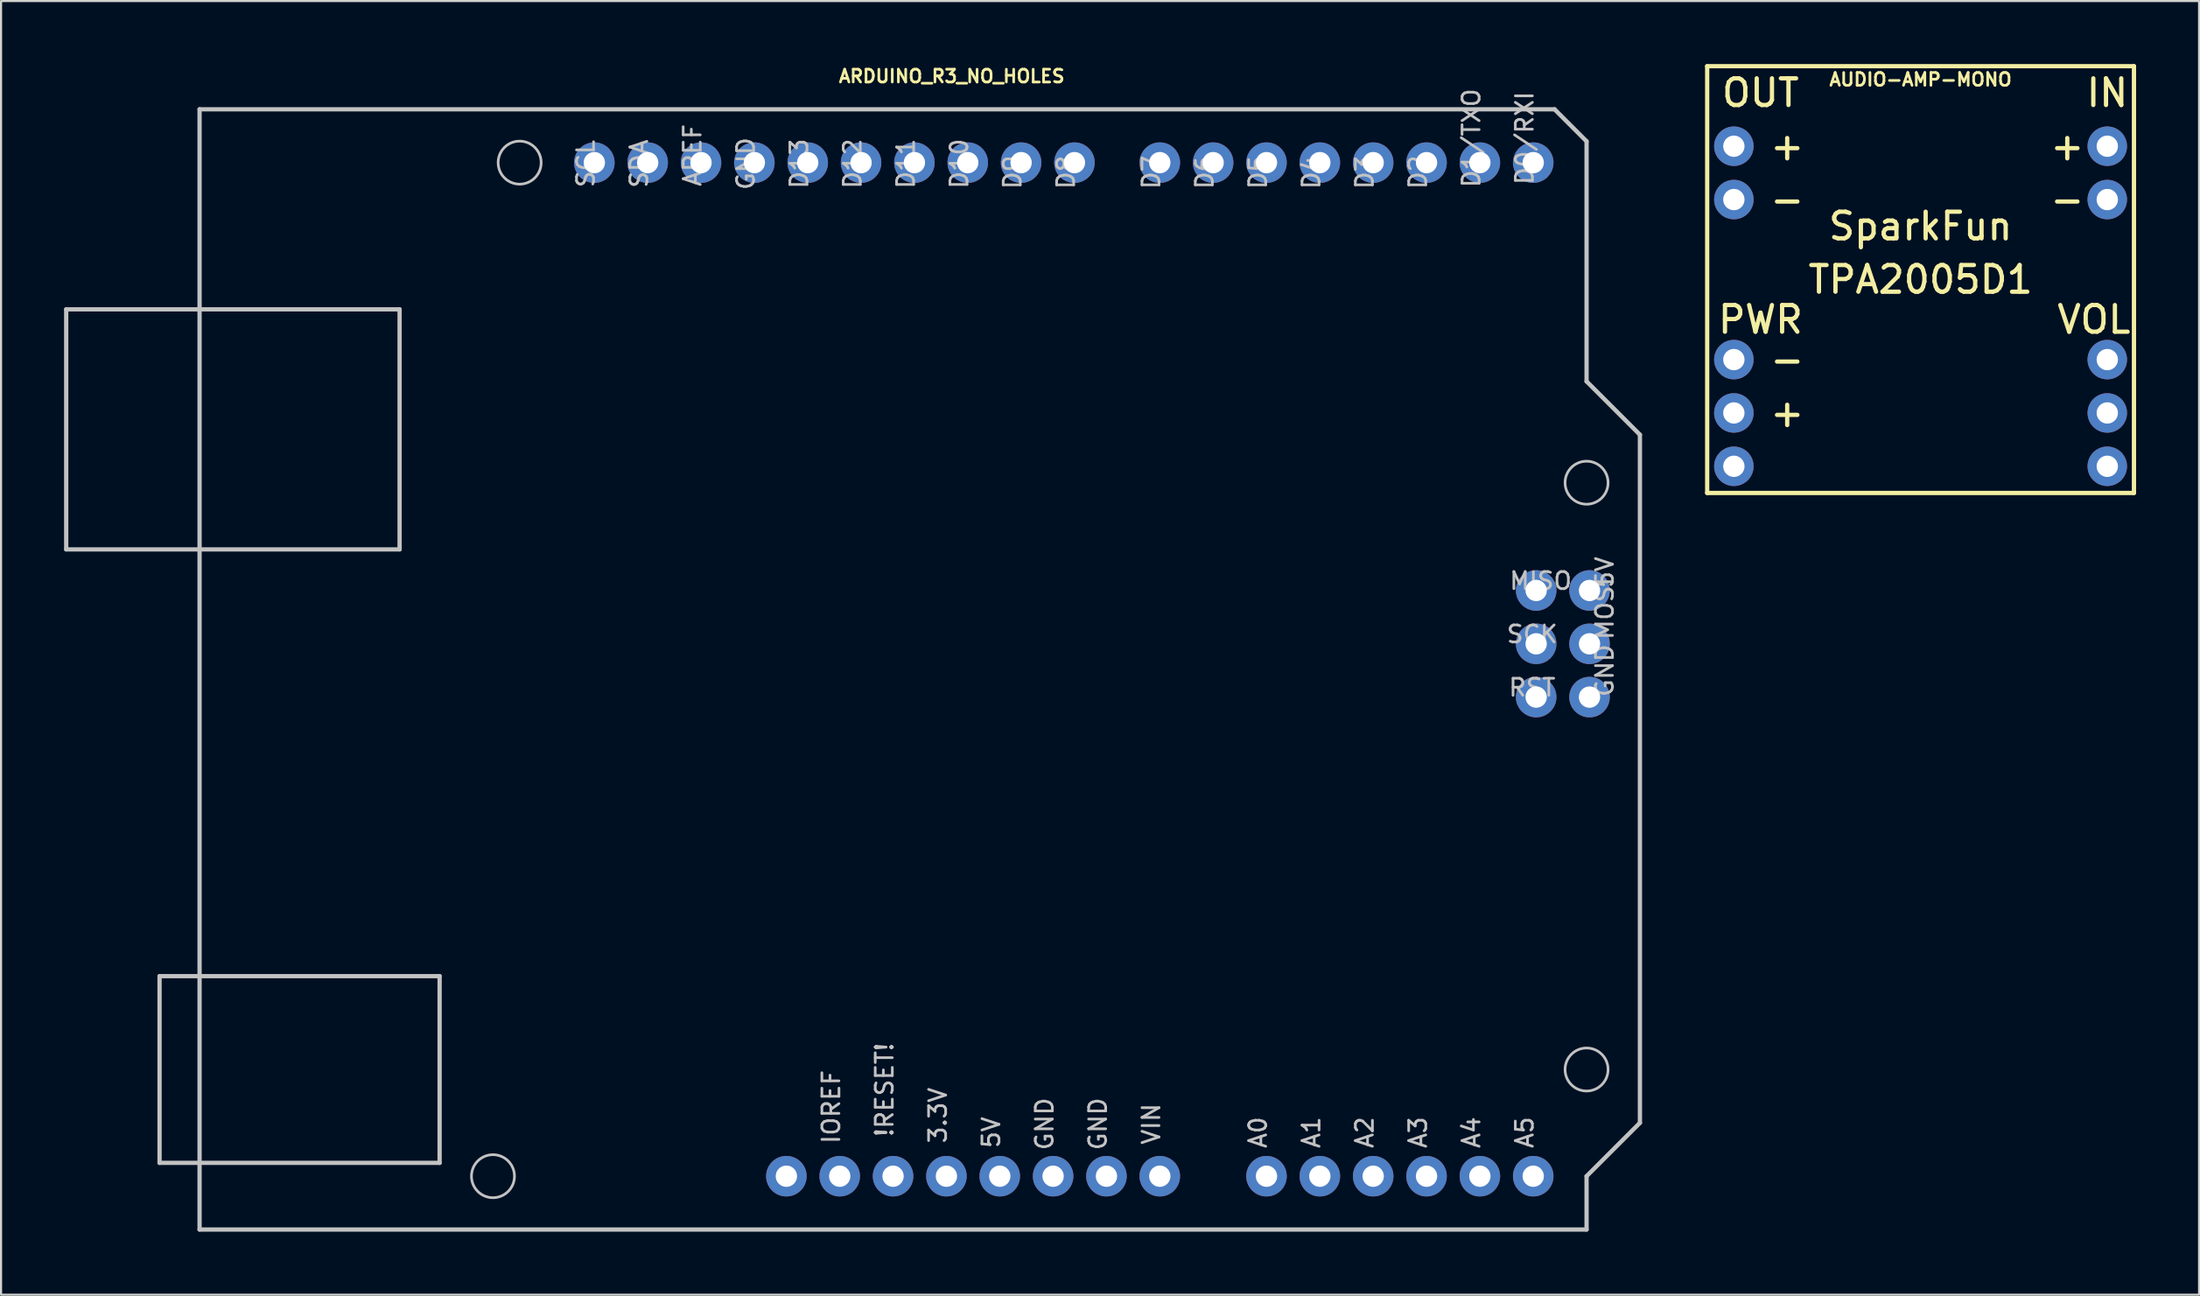
<source format=kicad_pcb>
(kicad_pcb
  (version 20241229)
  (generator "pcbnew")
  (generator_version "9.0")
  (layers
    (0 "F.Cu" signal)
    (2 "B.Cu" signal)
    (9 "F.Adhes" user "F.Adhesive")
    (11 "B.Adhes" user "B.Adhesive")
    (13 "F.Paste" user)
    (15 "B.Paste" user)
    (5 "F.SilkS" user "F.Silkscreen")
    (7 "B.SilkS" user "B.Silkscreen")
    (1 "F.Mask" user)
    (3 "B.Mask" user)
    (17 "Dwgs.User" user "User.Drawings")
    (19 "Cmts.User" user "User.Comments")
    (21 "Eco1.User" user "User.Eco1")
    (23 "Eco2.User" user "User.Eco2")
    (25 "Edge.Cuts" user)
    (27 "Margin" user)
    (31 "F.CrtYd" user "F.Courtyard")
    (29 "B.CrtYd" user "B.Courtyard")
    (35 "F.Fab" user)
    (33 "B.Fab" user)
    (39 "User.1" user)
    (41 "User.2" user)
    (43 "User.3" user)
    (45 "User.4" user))
  (footprint "ARDUINO_R3_NO_HOLES"
    (layer "F.Cu")
    (at 40.742 28.824)
    (property "Reference" "ARDUINO_R3_NO_HOLES" (at 1.524 -28.245 0) (layer "F.SilkS") (effects (font (size 0.61 0.61) (thickness 0.127))))
    (attr exclude_from_pos_files exclude_from_bom)
    (fp_line (start -40.64 -17.145) (end -24.765 -17.145) (stroke (width 0.203) (type solid)) (layer "Dwgs.User"))
    (fp_line (start -40.64 -5.715) (end -40.64 -17.145) (stroke (width 0.203) (type solid)) (layer "Dwgs.User"))
    (fp_line (start -36.195 14.605) (end -22.86 14.605) (stroke (width 0.203) (type solid)) (layer "Dwgs.User"))
    (fp_line (start -36.195 23.495) (end -36.195 14.605) (stroke (width 0.203) (type solid)) (layer "Dwgs.User"))
    (fp_line (start -34.29 -26.67) (end 30.226 -26.67) (stroke (width 0.203) (type solid)) (layer "Dwgs.User"))
    (fp_line (start -34.29 26.67) (end -34.29 -26.67) (stroke (width 0.203) (type solid)) (layer "Dwgs.User"))
    (fp_line (start -24.765 -17.145) (end -24.765 -5.715) (stroke (width 0.203) (type solid)) (layer "Dwgs.User"))
    (fp_line (start -24.765 -5.715) (end -40.64 -5.715) (stroke (width 0.203) (type solid)) (layer "Dwgs.User"))
    (fp_line (start -22.86 14.605) (end -22.86 23.495) (stroke (width 0.203) (type solid)) (layer "Dwgs.User"))
    (fp_line (start -22.86 23.495) (end -36.195 23.495) (stroke (width 0.203) (type solid)) (layer "Dwgs.User"))
    (fp_line (start 30.226 -26.67) (end 31.75 -25.146) (stroke (width 0.203) (type solid)) (layer "Dwgs.User"))
    (fp_line (start 31.75 -25.146) (end 31.75 -13.716) (stroke (width 0.203) (type solid)) (layer "Dwgs.User"))
    (fp_line (start 31.75 -13.716) (end 34.29 -11.176) (stroke (width 0.203) (type solid)) (layer "Dwgs.User"))
    (fp_line (start 31.75 24.13) (end 31.75 26.67) (stroke (width 0.203) (type solid)) (layer "Dwgs.User"))
    (fp_line (start 31.75 26.67) (end -34.29 26.67) (stroke (width 0.203) (type solid)) (layer "Dwgs.User"))
    (fp_line (start 34.29 -11.176) (end 34.29 21.59) (stroke (width 0.203) (type solid)) (layer "Dwgs.User"))
    (fp_line (start 34.29 21.59) (end 31.75 24.13) (stroke (width 0.203) (type solid)) (layer "Dwgs.User"))
    (fp_circle (center -20.32 24.13) (end -20.32 23.106) (stroke (width 0.127) (type solid)) (fill no) (layer "Dwgs.User"))
    (fp_circle (center -19.05 -24.13) (end -19.05 -25.154) (stroke (width 0.127) (type solid)) (fill no) (layer "Dwgs.User"))
    (fp_circle (center 31.75 -8.89) (end 31.75 -9.914) (stroke (width 0.127) (type solid)) (fill no) (layer "Dwgs.User"))
    (fp_circle (center 31.75 19.05) (end 31.75 18.026) (stroke (width 0.127) (type solid)) (fill no) (layer "Dwgs.User"))
    (fp_text user "A2" (at 21.184 22.047 90) (layer "Dwgs.User") (effects (font (size 0.813 0.813) (thickness 0.127))))
    (fp_text user "D2" (at 23.724 -23.673 90) (layer "Dwgs.User") (effects (font (size 0.813 0.813) (thickness 0.127))))
    (fp_text user "IOREF" (at -4.216 20.828 90) (layer "Dwgs.User") (effects (font (size 0.813 0.813) (thickness 0.127))))
    (fp_text user "D9" (at 4.417 -23.673 90) (layer "Dwgs.User") (effects (font (size 0.813 0.813) (thickness 0.127))))
    (fp_text user "5V" (at 32.614 -4.623 90) (layer "Dwgs.User") (effects (font (size 0.813 0.813) (thickness 0.127))))
    (fp_text user "A1" (at 18.644 22.047 90) (layer "Dwgs.User") (effects (font (size 0.813 0.813) (thickness 0.127))))
    (fp_text user "D1/TXO" (at 26.264 -25.298 90) (layer "Dwgs.User") (effects (font (size 0.813 0.813) (thickness 0.127))))
    (fp_text user "D11" (at -0.66 -24.079 90) (layer "Dwgs.User") (effects (font (size 0.813 0.813) (thickness 0.127))))
    (fp_text user "5V" (at 3.404 22.047 90) (layer "Dwgs.User") (effects (font (size 0.813 0.813) (thickness 0.127))))
    (fp_text user "D8" (at 6.96 -23.673 90) (layer "Dwgs.User") (effects (font (size 0.813 0.813) (thickness 0.127))))
    (fp_text user "D3" (at 21.184 -23.673 90) (layer "Dwgs.User") (effects (font (size 0.813 0.813) (thickness 0.127))))
    (fp_text user "A5" (at 28.801 22.047 90) (layer "Dwgs.User") (effects (font (size 0.813 0.813) (thickness 0.127))))
    (fp_text user "GND" (at 32.614 0.051 90) (layer "Dwgs.User") (effects (font (size 0.813 0.813) (thickness 0.127))))
    (fp_text user "D4" (at 18.644 -23.673 90) (layer "Dwgs.User") (effects (font (size 0.813 0.813) (thickness 0.127))))
    (fp_text user "D6" (at 13.564 -23.673 90) (layer "Dwgs.User") (effects (font (size 0.813 0.813) (thickness 0.127))))
    (fp_text user "D5" (at 16.104 -23.673 90) (layer "Dwgs.User") (effects (font (size 0.813 0.813) (thickness 0.127))))
    (fp_text user "D12" (at -3.2 -24.079 90) (layer "Dwgs.User") (effects (font (size 0.813 0.813) (thickness 0.127))))
    (fp_text user "A0" (at 16.104 22.047 90) (layer "Dwgs.User") (effects (font (size 0.813 0.813) (thickness 0.127))))
    (fp_text user "GND" (at -8.28 -24.079 90) (layer "Dwgs.User") (effects (font (size 0.813 0.813) (thickness 0.127))))
    (fp_text user "D7" (at 11.024 -23.673 90) (layer "Dwgs.User") (effects (font (size 0.813 0.813) (thickness 0.127))))
    (fp_text user "MOSI" (at 32.614 -2.896 90) (layer "Dwgs.User") (effects (font (size 0.813 0.813) (thickness 0.127))))
    (fp_text user "VIN" (at 11.024 21.641 90) (layer "Dwgs.User") (effects (font (size 0.813 0.813) (thickness 0.127))))
    (fp_text user "3.3V" (at 0.864 21.234 90) (layer "Dwgs.User") (effects (font (size 0.813 0.813) (thickness 0.127))))
    (fp_text user "GND" (at 5.944 21.641 90) (layer "Dwgs.User") (effects (font (size 0.813 0.813) (thickness 0.127))))
    (fp_text user "A3" (at 23.724 22.047 90) (layer "Dwgs.User") (effects (font (size 0.813 0.813) (thickness 0.127))))
    (fp_text user "MISO" (at 29.566 -4.216 0) (layer "Dwgs.User") (effects (font (size 0.813 0.813) (thickness 0.127))))
    (fp_text user "SCK" (at 29.159 -1.676 0) (layer "Dwgs.User") (effects (font (size 0.813 0.813) (thickness 0.127))))
    (fp_text user "AREF" (at -10.82 -24.486 90) (layer "Dwgs.User") (effects (font (size 0.813 0.813) (thickness 0.127))))
    (fp_text user "D0/RXI" (at 28.801 -25.298 90) (layer "Dwgs.User") (effects (font (size 0.813 0.813) (thickness 0.127))))
    (fp_text user "!RESET!" (at -1.676 20.015 90) (layer "Dwgs.User") (effects (font (size 0.813 0.813) (thickness 0.127))))
    (fp_text user "SCL" (at -15.9 -24.079 90) (layer "Dwgs.User") (effects (font (size 0.813 0.813) (thickness 0.127))))
    (fp_text user "SDA" (at -13.36 -24.079 90) (layer "Dwgs.User") (effects (font (size 0.813 0.813) (thickness 0.127))))
    (fp_text user "RST" (at 29.159 0.864 0) (layer "Dwgs.User") (effects (font (size 0.813 0.813) (thickness 0.127))))
    (fp_text user "GND" (at 8.484 21.641 90) (layer "Dwgs.User") (effects (font (size 0.813 0.813) (thickness 0.127))))
    (fp_text user "A4" (at 26.264 22.047 90) (layer "Dwgs.User") (effects (font (size 0.813 0.813) (thickness 0.127))))
    (fp_text user "D13" (at -5.74 -24.079 90) (layer "Dwgs.User") (effects (font (size 0.813 0.813) (thickness 0.127))))
    (fp_text user "D10" (at 1.88 -24.079 90) (layer "Dwgs.User") (effects (font (size 0.813 0.813) (thickness 0.127))))
    (pad "3.3V" thru_hole circle (at 1.27 24.13) (size 1.93 1.93) (drill 1.016) (layers "*.Cu" "*.Paste" "*.Mask"))
    (pad "5V" thru_hole circle (at 3.81 24.13) (size 1.93 1.93) (drill 1.016) (layers "*.Cu" "*.Paste" "*.Mask"))
    (pad "A0" thru_hole circle (at 16.51 24.13) (size 1.93 1.93) (drill 1.016) (layers "*.Cu" "*.Paste" "*.Mask"))
    (pad "A1" thru_hole circle (at 19.05 24.13) (size 1.93 1.93) (drill 1.016) (layers "*.Cu" "*.Paste" "*.Mask"))
    (pad "A2" thru_hole circle (at 21.59 24.13) (size 1.93 1.93) (drill 1.016) (layers "*.Cu" "*.Paste" "*.Mask"))
    (pad "A3" thru_hole circle (at 24.13 24.13) (size 1.93 1.93) (drill 1.016) (layers "*.Cu" "*.Paste" "*.Mask"))
    (pad "A4" thru_hole circle (at 26.67 24.13) (size 1.93 1.93) (drill 1.016) (layers "*.Cu" "*.Paste" "*.Mask"))
    (pad "A5" thru_hole circle (at 29.21 24.13) (size 1.93 1.93) (drill 1.016) (layers "*.Cu" "*.Paste" "*.Mask"))
    (pad "AREF" thru_hole circle (at -10.414 -24.13) (size 1.93 1.93) (drill 1.016) (layers "*.Cu" "*.Paste" "*.Mask"))
    (pad "D0" thru_hole circle (at 29.21 -24.13) (size 1.93 1.93) (drill 1.016) (layers "*.Cu" "*.Paste" "*.Mask"))
    (pad "D1" thru_hole circle (at 26.67 -24.13) (size 1.93 1.93) (drill 1.016) (layers "*.Cu" "*.Paste" "*.Mask"))
    (pad "D2" thru_hole circle (at 24.13 -24.13) (size 1.93 1.93) (drill 1.016) (layers "*.Cu" "*.Paste" "*.Mask"))
    (pad "D3" thru_hole circle (at 21.59 -24.13) (size 1.93 1.93) (drill 1.016) (layers "*.Cu" "*.Paste" "*.Mask"))
    (pad "D4" thru_hole circle (at 19.05 -24.13) (size 1.93 1.93) (drill 1.016) (layers "*.Cu" "*.Paste" "*.Mask"))
    (pad "D5" thru_hole circle (at 16.51 -24.13) (size 1.93 1.93) (drill 1.016) (layers "*.Cu" "*.Paste" "*.Mask"))
    (pad "D6" thru_hole circle (at 13.97 -24.13) (size 1.93 1.93) (drill 1.016) (layers "*.Cu" "*.Paste" "*.Mask"))
    (pad "D7" thru_hole circle (at 11.43 -24.13) (size 1.93 1.93) (drill 1.016) (layers "*.Cu" "*.Paste" "*.Mask"))
    (pad "D8" thru_hole circle (at 7.366 -24.13) (size 1.93 1.93) (drill 1.016) (layers "*.Cu" "*.Paste" "*.Mask"))
    (pad "D9" thru_hole circle (at 4.826 -24.13) (size 1.93 1.93) (drill 1.016) (layers "*.Cu" "*.Paste" "*.Mask"))
    (pad "D10" thru_hole circle (at 2.286 -24.13) (size 1.93 1.93) (drill 1.016) (layers "*.Cu" "*.Paste" "*.Mask"))
    (pad "D11" thru_hole circle (at -0.254 -24.13) (size 1.93 1.93) (drill 1.016) (layers "*.Cu" "*.Paste" "*.Mask"))
    (pad "D12" thru_hole circle (at -2.794 -24.13) (size 1.93 1.93) (drill 1.016) (layers "*.Cu" "*.Paste" "*.Mask"))
    (pad "D13" thru_hole circle (at -5.334 -24.13) (size 1.93 1.93) (drill 1.016) (layers "*.Cu" "*.Paste" "*.Mask"))
    (pad "GND@" thru_hole circle (at -7.874 -24.13) (size 1.93 1.93) (drill 1.016) (layers "*.Cu" "*.Paste" "*.Mask"))
    (pad "GND@" thru_hole circle (at 6.35 24.13) (size 1.93 1.93) (drill 1.016) (layers "*.Cu" "*.Paste" "*.Mask"))
    (pad "GND@" thru_hole circle (at 8.89 24.13) (size 1.93 1.93) (drill 1.016) (layers "*.Cu" "*.Paste" "*.Mask"))
    (pad "GND@" thru_hole circle (at 31.89 1.318) (size 1.93 1.93) (drill 1.016) (layers "*.Cu" "*.Paste" "*.Mask"))
    (pad "IORE" thru_hole circle (at -3.81 24.13) (size 1.93 1.93) (drill 1.016) (layers "*.Cu" "*.Paste" "*.Mask"))
    (pad "MISO" thru_hole circle (at 29.35 -3.759) (size 1.93 1.93) (drill 1.016) (layers "*.Cu" "*.Paste" "*.Mask"))
    (pad "MOSI" thru_hole circle (at 31.89 -1.219) (size 1.93 1.93) (drill 1.016) (layers "*.Cu" "*.Paste" "*.Mask"))
    (pad "NC" thru_hole circle (at -6.35 24.13) (size 1.93 1.93) (drill 1.016) (layers "*.Cu" "*.Paste" "*.Mask"))
    (pad "RESE" thru_hole circle (at -1.27 24.13) (size 1.93 1.93) (drill 1.016) (layers "*.Cu" "*.Paste" "*.Mask"))
    (pad "RESE" thru_hole circle (at 29.35 1.318) (size 1.93 1.93) (drill 1.016) (layers "*.Cu" "*.Paste" "*.Mask"))
    (pad "SCK" thru_hole circle (at 29.35 -1.219) (size 1.93 1.93) (drill 1.016) (layers "*.Cu" "*.Paste" "*.Mask"))
    (pad "SCL" thru_hole circle (at -15.494 -24.13) (size 1.93 1.93) (drill 1.016) (layers "*.Cu" "*.Paste" "*.Mask"))
    (pad "SDA" thru_hole circle (at -12.954 -24.13) (size 1.93 1.93) (drill 1.016) (layers "*.Cu" "*.Paste" "*.Mask"))
    (pad "VCC" thru_hole circle (at 31.89 -3.759) (size 1.93 1.93) (drill 1.016) (layers "*.Cu" "*.Paste" "*.Mask"))
    (pad "VIN" thru_hole circle (at 11.43 24.13) (size 1.93 1.93) (drill 1.016) (layers "*.Cu" "*.Paste" "*.Mask")))
  (footprint "AUDIO-AMP-MONO"
    (layer "F.Cu")
    (at 88.395 10.262)
    (property "Reference" "AUDIO-AMP-MONO" (at 0 -9.525 0) (layer "F.SilkS") (effects (font (size 0.61 0.61) (thickness 0.127))))
    (attr exclude_from_pos_files exclude_from_bom)
    (fp_line (start -10.16 -10.16) (end 10.16 -10.16) (stroke (width 0.203) (type solid)) (layer "F.SilkS"))
    (fp_line (start -10.16 10.16) (end -10.16 -10.16) (stroke (width 0.203) (type solid)) (layer "F.SilkS"))
    (fp_line (start 10.16 -10.16) (end 10.16 10.16) (stroke (width 0.203) (type solid)) (layer "F.SilkS"))
    (fp_line (start 10.16 10.16) (end -10.16 10.16) (stroke (width 0.203) (type solid)) (layer "F.SilkS"))
    (fp_text user "+" (at 6.985 -6.35 0) (layer "F.SilkS") (effects (font (size 1.27 1.27) (thickness 0.203))))
    (fp_text user "-" (at 6.985 -3.81 0) (layer "F.SilkS") (effects (font (size 1.27 1.27) (thickness 0.203))))
    (fp_text user "+" (at -6.35 6.35 0) (layer "F.SilkS") (effects (font (size 1.27 1.27) (thickness 0.203))))
    (fp_text user "IN" (at 8.89 -8.89 0) (layer "F.SilkS") (effects (font (size 1.27 1.27) (thickness 0.203))))
    (fp_text user "TPA2005D1" (at 0 0 0) (layer "F.SilkS") (effects (font (size 1.27 1.27) (thickness 0.203))))
    (fp_text user "PWR" (at -7.62 1.905 0) (layer "F.SilkS") (effects (font (size 1.27 1.27) (thickness 0.203))))
    (fp_text user "VOL" (at 8.255 1.905 0) (layer "F.SilkS") (effects (font (size 1.27 1.27) (thickness 0.203))))
    (fp_text user "-" (at -6.35 3.81 0) (layer "F.SilkS") (effects (font (size 1.27 1.27) (thickness 0.203))))
    (fp_text user "-" (at -6.35 -3.81 0) (layer "F.SilkS") (effects (font (size 1.27 1.27) (thickness 0.203))))
    (fp_text user "OUT" (at -7.62 -8.89 0) (layer "F.SilkS") (effects (font (size 1.27 1.27) (thickness 0.203))))
    (fp_text user "+" (at -6.35 -6.35 0) (layer "F.SilkS") (effects (font (size 1.27 1.27) (thickness 0.203))))
    (fp_text user "SparkFun\n" (at 0 -2.54 0) (layer "F.SilkS") (effects (font (size 1.27 1.27) (thickness 0.203))))
    (pad "IN+" thru_hole circle (at 8.89 -6.35) (size 1.88 1.88) (drill 1.016) (layers "*.Cu" "*.Paste" "*.Mask"))
    (pad "IN-" thru_hole circle (at 8.89 -3.81) (size 1.88 1.88) (drill 1.016) (layers "*.Cu" "*.Paste" "*.Mask"))
    (pad "OUT+" thru_hole circle (at -8.89 -6.35) (size 1.88 1.88) (drill 1.016) (layers "*.Cu" "*.Paste" "*.Mask"))
    (pad "OUT-" thru_hole circle (at -8.89 -3.81) (size 1.88 1.88) (drill 1.016) (layers "*.Cu" "*.Paste" "*.Mask"))
    (pad "PWR+" thru_hole circle (at -8.89 6.35) (size 1.88 1.88) (drill 1.016) (layers "*.Cu" "*.Paste" "*.Mask"))
    (pad "PWR-" thru_hole circle (at -8.89 3.81) (size 1.88 1.88) (drill 1.016) (layers "*.Cu" "*.Paste" "*.Mask"))
    (pad "S" thru_hole circle (at -8.89 8.89) (size 1.88 1.88) (drill 1.016) (layers "*.Cu" "*.Paste" "*.Mask"))
    (pad "VOL" thru_hole circle (at 8.89 6.35) (size 1.88 1.88) (drill 1.016) (layers "*.Cu" "*.Paste" "*.Mask"))
    (pad "VOL+" thru_hole circle (at 8.89 8.89) (size 1.88 1.88) (drill 1.016) (layers "*.Cu" "*.Paste" "*.Mask"))
    (pad "VOL-" thru_hole circle (at 8.89 3.81) (size 1.88 1.88) (drill 1.016) (layers "*.Cu" "*.Paste" "*.Mask")))
  (gr_rect
    (start -3 -3)
    (end 101.656 58.596)
    (stroke (width 0.1) (type default))
    (fill no)
    (layer "Edge.Cuts")))
</source>
